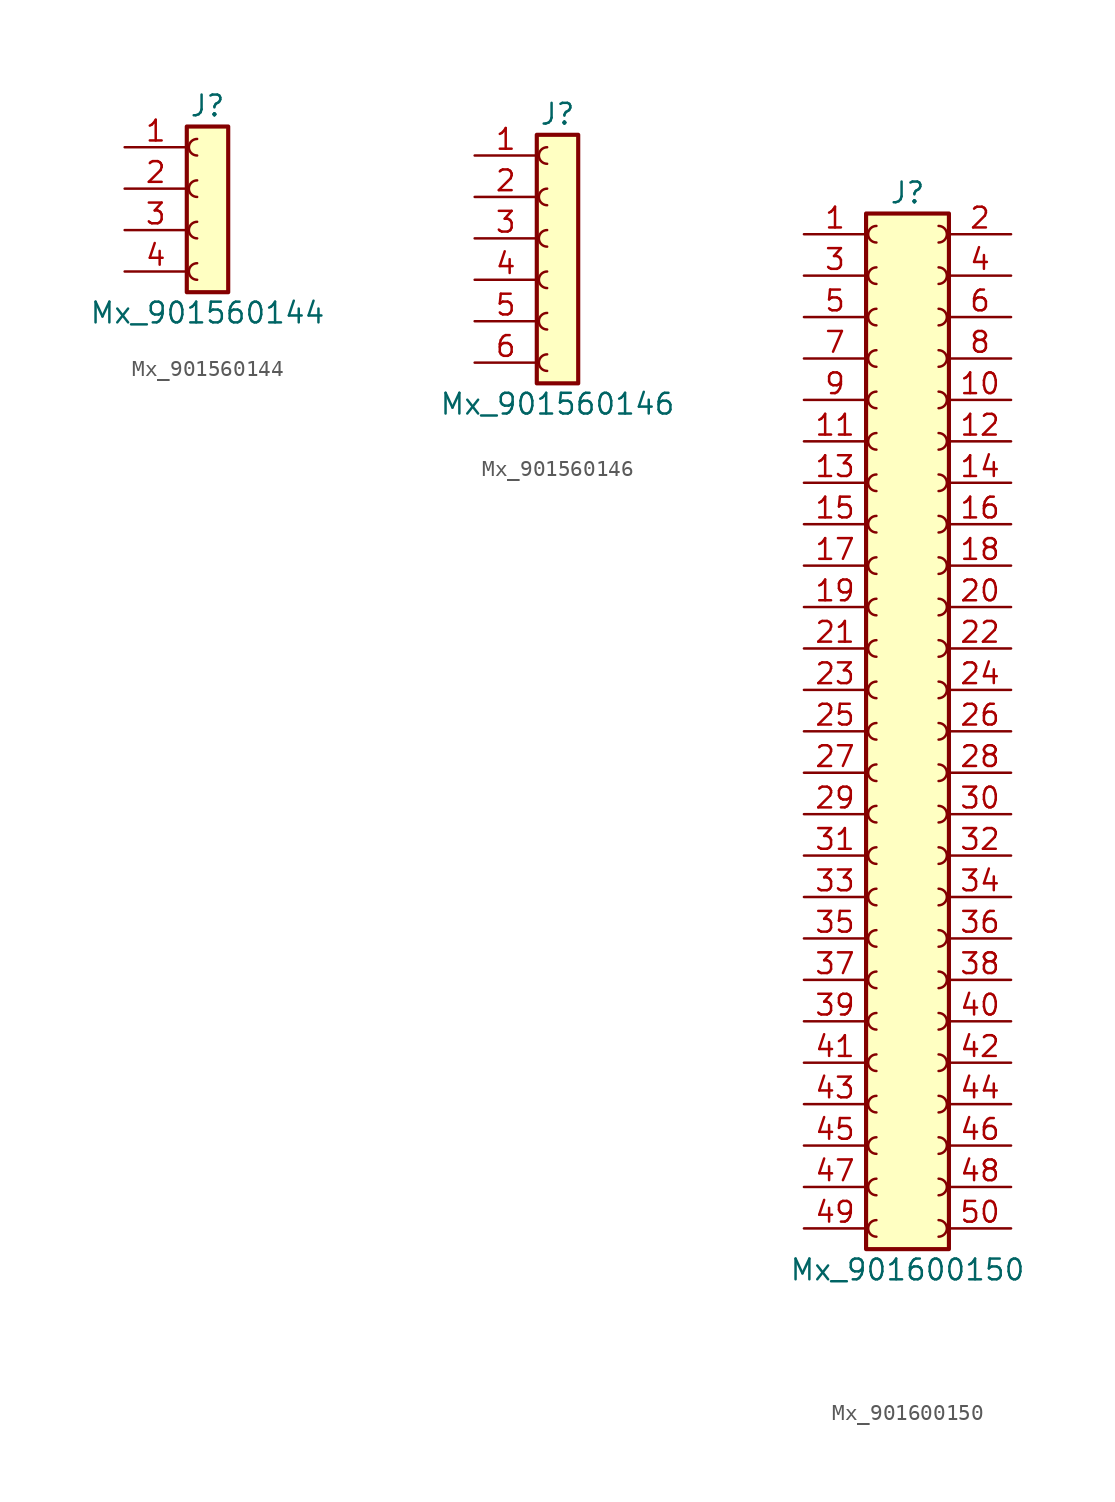
<source format=kicad_sym>
(kicad_symbol_lib
  (version 20220914)
  (generator kicad_symbol_editor)
  (symbol "Mx_901560144"
    (pin_names
      (offset 1.016) hide)
    (property "Reference" "J"
      (at 0 6.35 0)
      (effects (font (size 1.27 1.27))))
    (property "Value" "Mx_901560144"
      (at 0 -6.35 0)
      (effects (font (size 1.27 1.27))))
    (symbol "Mx_901560144_1_1"
      (rectangle (start -1.27 5.08) (end 1.27 -5.08) (stroke (width 0.254) (type default)) (fill (type background)))
      (arc (start -0.635 -3.302) (mid -1.1408 -3.81) (end -0.635 -4.318) (stroke (width 0) (type default)) (fill (type none)))
      (arc (start -0.635 -0.762) (mid -1.1408 -1.27) (end -0.635 -1.778) (stroke (width 0) (type default)) (fill (type none)))
      (arc (start -0.635 1.778) (mid -1.1408 1.27) (end -0.635 0.762) (stroke (width 0) (type default)) (fill (type none)))
      (arc (start -0.635 4.318) (mid -1.1408 3.81) (end -0.635 3.302) (stroke (width 0) (type default)) (fill (type none)))
      (pin passive line (at -5.08 3.81 0) (length 3.81) (name "Pin_1" (effects (font (size 1.27 1.27)))) (number "1" (effects (font (size 1.27 1.27)))))
      (pin passive line (at -5.08 1.27 0) (length 3.81) (name "Pin_2" (effects (font (size 1.27 1.27)))) (number "2" (effects (font (size 1.27 1.27)))))
      (pin passive line (at -5.08 -1.27 0) (length 3.81) (name "Pin_3" (effects (font (size 1.27 1.27)))) (number "3" (effects (font (size 1.27 1.27)))))
      (pin passive line (at -5.08 -3.81 0) (length 3.81) (name "Pin_4" (effects (font (size 1.27 1.27)))) (number "4" (effects (font (size 1.27 1.27)))))))
  (symbol "Mx_901560146"
    (pin_names
      (offset 1.016) hide)
    (property "Reference" "J"
      (at 0 8.89 0)
      (effects (font (size 1.27 1.27))))
    (property "Value" "Mx_901560146"
      (at 0 -8.89 0)
      (effects (font (size 1.27 1.27))))
    (symbol "Mx_901560146_1_1"
      (rectangle (start -1.27 7.62) (end 1.27 -7.62) (stroke (width 0.254) (type default)) (fill (type background)))
      (arc (start -0.635 -5.842) (mid -1.1408 -6.35) (end -0.635 -6.858) (stroke (width 0) (type default)) (fill (type none)))
      (arc (start -0.635 -3.302) (mid -1.1408 -3.81) (end -0.635 -4.318) (stroke (width 0) (type default)) (fill (type none)))
      (arc (start -0.635 -0.762) (mid -1.1408 -1.27) (end -0.635 -1.778) (stroke (width 0) (type default)) (fill (type none)))
      (arc (start -0.635 1.778) (mid -1.1408 1.27) (end -0.635 0.762) (stroke (width 0) (type default)) (fill (type none)))
      (arc (start -0.635 4.318) (mid -1.1408 3.81) (end -0.635 3.302) (stroke (width 0) (type default)) (fill (type none)))
      (arc (start -0.635 6.858) (mid -1.1408 6.35) (end -0.635 5.842) (stroke (width 0) (type default)) (fill (type none)))
      (pin passive line (at -5.08 6.35 0) (length 3.81) (name "Pin_1" (effects (font (size 1.27 1.27)))) (number "1" (effects (font (size 1.27 1.27)))))
      (pin passive line (at -5.08 3.81 0) (length 3.81) (name "Pin_2" (effects (font (size 1.27 1.27)))) (number "2" (effects (font (size 1.27 1.27)))))
      (pin passive line (at -5.08 1.27 0) (length 3.81) (name "Pin_3" (effects (font (size 1.27 1.27)))) (number "3" (effects (font (size 1.27 1.27)))))
      (pin passive line (at -5.08 -1.27 0) (length 3.81) (name "Pin_4" (effects (font (size 1.27 1.27)))) (number "4" (effects (font (size 1.27 1.27)))))
      (pin passive line (at -5.08 -3.81 0) (length 3.81) (name "Pin_5" (effects (font (size 1.27 1.27)))) (number "5" (effects (font (size 1.27 1.27)))))
      (pin passive line (at -5.08 -6.35 0) (length 3.81) (name "Pin_6" (effects (font (size 1.27 1.27)))) (number "6" (effects (font (size 1.27 1.27)))))))
  (symbol "Mx_901600150"
    (pin_names
      (offset 1.016) hide)
    (property "Reference" "J"
      (at 1.27 33.02 0)
      (effects (font (size 1.27 1.27))))
    (property "Value" "Mx_901600150"
      (at 1.27 -33.02 0)
      (effects (font (size 1.27 1.27))))
    (symbol "Mx_901600150_1_1"
      (rectangle (start -1.27 31.75) (end 3.81 -31.75) (stroke (width 0.254) (type default)) (fill (type background)))
      (arc (start -0.635 -29.972) (mid -1.1408 -30.48) (end -0.635 -30.988) (stroke (width 0) (type default)) (fill (type none)))
      (arc (start -0.635 -27.432) (mid -1.1408 -27.94) (end -0.635 -28.448) (stroke (width 0) (type default)) (fill (type none)))
      (arc (start -0.635 -24.892) (mid -1.1408 -25.4) (end -0.635 -25.908) (stroke (width 0) (type default)) (fill (type none)))
      (arc (start -0.635 -22.352) (mid -1.1408 -22.86) (end -0.635 -23.368) (stroke (width 0) (type default)) (fill (type none)))
      (arc (start -0.635 -19.812) (mid -1.1408 -20.32) (end -0.635 -20.828) (stroke (width 0) (type default)) (fill (type none)))
      (arc (start -0.635 -17.272) (mid -1.1408 -17.78) (end -0.635 -18.288) (stroke (width 0) (type default)) (fill (type none)))
      (arc (start -0.635 -14.732) (mid -1.1408 -15.24) (end -0.635 -15.748) (stroke (width 0) (type default)) (fill (type none)))
      (arc (start -0.635 -12.192) (mid -1.1408 -12.7) (end -0.635 -13.208) (stroke (width 0) (type default)) (fill (type none)))
      (arc (start -0.635 -9.652) (mid -1.1408 -10.16) (end -0.635 -10.668) (stroke (width 0) (type default)) (fill (type none)))
      (arc (start -0.635 -7.112) (mid -1.1408 -7.62) (end -0.635 -8.128) (stroke (width 0) (type default)) (fill (type none)))
      (arc (start -0.635 -4.572) (mid -1.1408 -5.08) (end -0.635 -5.588) (stroke (width 0) (type default)) (fill (type none)))
      (arc (start -0.635 -2.032) (mid -1.1408 -2.54) (end -0.635 -3.048) (stroke (width 0) (type default)) (fill (type none)))
      (arc (start -0.635 0.508) (mid -1.1408 0) (end -0.635 -0.508) (stroke (width 0) (type default)) (fill (type none)))
      (arc (start -0.635 3.048) (mid -1.1408 2.54) (end -0.635 2.032) (stroke (width 0) (type default)) (fill (type none)))
      (arc (start -0.635 5.588) (mid -1.1408 5.08) (end -0.635 4.572) (stroke (width 0) (type default)) (fill (type none)))
      (arc (start -0.635 8.128) (mid -1.1408 7.62) (end -0.635 7.112) (stroke (width 0) (type default)) (fill (type none)))
      (arc (start -0.635 10.668) (mid -1.1408 10.16) (end -0.635 9.652) (stroke (width 0) (type default)) (fill (type none)))
      (arc (start -0.635 13.208) (mid -1.1408 12.7) (end -0.635 12.192) (stroke (width 0) (type default)) (fill (type none)))
      (arc (start -0.635 15.748) (mid -1.1408 15.24) (end -0.635 14.732) (stroke (width 0) (type default)) (fill (type none)))
      (arc (start -0.635 18.288) (mid -1.1408 17.78) (end -0.635 17.272) (stroke (width 0) (type default)) (fill (type none)))
      (arc (start -0.635 20.828) (mid -1.1408 20.32) (end -0.635 19.812) (stroke (width 0) (type default)) (fill (type none)))
      (arc (start -0.635 23.368) (mid -1.1408 22.86) (end -0.635 22.352) (stroke (width 0) (type default)) (fill (type none)))
      (arc (start -0.635 25.908) (mid -1.1408 25.4) (end -0.635 24.892) (stroke (width 0) (type default)) (fill (type none)))
      (arc (start -0.635 28.448) (mid -1.1408 27.94) (end -0.635 27.432) (stroke (width 0) (type default)) (fill (type none)))
      (arc (start -0.635 30.988) (mid -1.1408 30.48) (end -0.635 29.972) (stroke (width 0) (type default)) (fill (type none)))
      (arc (start 3.175 -30.988) (mid 3.6808 -30.48) (end 3.175 -29.972) (stroke (width 0) (type default)) (fill (type none)))
      (arc (start 3.175 -28.448) (mid 3.6808 -27.94) (end 3.175 -27.432) (stroke (width 0) (type default)) (fill (type none)))
      (arc (start 3.175 -25.908) (mid 3.6808 -25.4) (end 3.175 -24.892) (stroke (width 0) (type default)) (fill (type none)))
      (arc (start 3.175 -23.368) (mid 3.6808 -22.86) (end 3.175 -22.352) (stroke (width 0) (type default)) (fill (type none)))
      (arc (start 3.175 -20.828) (mid 3.6808 -20.32) (end 3.175 -19.812) (stroke (width 0) (type default)) (fill (type none)))
      (arc (start 3.175 -18.288) (mid 3.6808 -17.78) (end 3.175 -17.272) (stroke (width 0) (type default)) (fill (type none)))
      (arc (start 3.175 -15.748) (mid 3.6808 -15.24) (end 3.175 -14.732) (stroke (width 0) (type default)) (fill (type none)))
      (arc (start 3.175 -13.208) (mid 3.6808 -12.7) (end 3.175 -12.192) (stroke (width 0) (type default)) (fill (type none)))
      (arc (start 3.175 -10.668) (mid 3.6808 -10.16) (end 3.175 -9.652) (stroke (width 0) (type default)) (fill (type none)))
      (arc (start 3.175 -8.128) (mid 3.6808 -7.62) (end 3.175 -7.112) (stroke (width 0) (type default)) (fill (type none)))
      (arc (start 3.175 -5.588) (mid 3.6808 -5.08) (end 3.175 -4.572) (stroke (width 0) (type default)) (fill (type none)))
      (arc (start 3.175 -3.048) (mid 3.6808 -2.54) (end 3.175 -2.032) (stroke (width 0) (type default)) (fill (type none)))
      (arc (start 3.175 -0.508) (mid 3.6808 0) (end 3.175 0.508) (stroke (width 0) (type default)) (fill (type none)))
      (arc (start 3.175 2.032) (mid 3.6808 2.54) (end 3.175 3.048) (stroke (width 0) (type default)) (fill (type none)))
      (arc (start 3.175 4.572) (mid 3.6808 5.08) (end 3.175 5.588) (stroke (width 0) (type default)) (fill (type none)))
      (arc (start 3.175 7.112) (mid 3.6808 7.62) (end 3.175 8.128) (stroke (width 0) (type default)) (fill (type none)))
      (arc (start 3.175 9.652) (mid 3.6808 10.16) (end 3.175 10.668) (stroke (width 0) (type default)) (fill (type none)))
      (arc (start 3.175 12.192) (mid 3.6808 12.7) (end 3.175 13.208) (stroke (width 0) (type default)) (fill (type none)))
      (arc (start 3.175 14.732) (mid 3.6808 15.24) (end 3.175 15.748) (stroke (width 0) (type default)) (fill (type none)))
      (arc (start 3.175 17.272) (mid 3.6808 17.78) (end 3.175 18.288) (stroke (width 0) (type default)) (fill (type none)))
      (arc (start 3.175 19.812) (mid 3.6808 20.32) (end 3.175 20.828) (stroke (width 0) (type default)) (fill (type none)))
      (arc (start 3.175 22.352) (mid 3.6808 22.86) (end 3.175 23.368) (stroke (width 0) (type default)) (fill (type none)))
      (arc (start 3.175 24.892) (mid 3.6808 25.4) (end 3.175 25.908) (stroke (width 0) (type default)) (fill (type none)))
      (arc (start 3.175 27.432) (mid 3.6808 27.94) (end 3.175 28.448) (stroke (width 0) (type default)) (fill (type none)))
      (arc (start 3.175 29.972) (mid 3.6808 30.48) (end 3.175 30.988) (stroke (width 0) (type default)) (fill (type none)))
      (pin passive line (at -5.08 30.48 0) (length 3.81) (name "Pin_1" (effects (font (size 1.27 1.27)))) (number "1" (effects (font (size 1.27 1.27)))))
      (pin passive line (at 7.62 20.32 180) (length 3.81) (name "Pin_10" (effects (font (size 1.27 1.27)))) (number "10" (effects (font (size 1.27 1.27)))))
      (pin passive line (at -5.08 17.78 0) (length 3.81) (name "Pin_11" (effects (font (size 1.27 1.27)))) (number "11" (effects (font (size 1.27 1.27)))))
      (pin passive line (at 7.62 17.78 180) (length 3.81) (name "Pin_12" (effects (font (size 1.27 1.27)))) (number "12" (effects (font (size 1.27 1.27)))))
      (pin passive line (at -5.08 15.24 0) (length 3.81) (name "Pin_13" (effects (font (size 1.27 1.27)))) (number "13" (effects (font (size 1.27 1.27)))))
      (pin passive line (at 7.62 15.24 180) (length 3.81) (name "Pin_14" (effects (font (size 1.27 1.27)))) (number "14" (effects (font (size 1.27 1.27)))))
      (pin passive line (at -5.08 12.7 0) (length 3.81) (name "Pin_15" (effects (font (size 1.27 1.27)))) (number "15" (effects (font (size 1.27 1.27)))))
      (pin passive line (at 7.62 12.7 180) (length 3.81) (name "Pin_16" (effects (font (size 1.27 1.27)))) (number "16" (effects (font (size 1.27 1.27)))))
      (pin passive line (at -5.08 10.16 0) (length 3.81) (name "Pin_17" (effects (font (size 1.27 1.27)))) (number "17" (effects (font (size 1.27 1.27)))))
      (pin passive line (at 7.62 10.16 180) (length 3.81) (name "Pin_18" (effects (font (size 1.27 1.27)))) (number "18" (effects (font (size 1.27 1.27)))))
      (pin passive line (at -5.08 7.62 0) (length 3.81) (name "Pin_19" (effects (font (size 1.27 1.27)))) (number "19" (effects (font (size 1.27 1.27)))))
      (pin passive line (at 7.62 30.48 180) (length 3.81) (name "Pin_2" (effects (font (size 1.27 1.27)))) (number "2" (effects (font (size 1.27 1.27)))))
      (pin passive line (at 7.62 7.62 180) (length 3.81) (name "Pin_20" (effects (font (size 1.27 1.27)))) (number "20" (effects (font (size 1.27 1.27)))))
      (pin passive line (at -5.08 5.08 0) (length 3.81) (name "Pin_21" (effects (font (size 1.27 1.27)))) (number "21" (effects (font (size 1.27 1.27)))))
      (pin passive line (at 7.62 5.08 180) (length 3.81) (name "Pin_22" (effects (font (size 1.27 1.27)))) (number "22" (effects (font (size 1.27 1.27)))))
      (pin passive line (at -5.08 2.54 0) (length 3.81) (name "Pin_23" (effects (font (size 1.27 1.27)))) (number "23" (effects (font (size 1.27 1.27)))))
      (pin passive line (at 7.62 2.54 180) (length 3.81) (name "Pin_24" (effects (font (size 1.27 1.27)))) (number "24" (effects (font (size 1.27 1.27)))))
      (pin passive line (at -5.08 0 0) (length 3.81) (name "Pin_25" (effects (font (size 1.27 1.27)))) (number "25" (effects (font (size 1.27 1.27)))))
      (pin passive line (at 7.62 0 180) (length 3.81) (name "Pin_26" (effects (font (size 1.27 1.27)))) (number "26" (effects (font (size 1.27 1.27)))))
      (pin passive line (at -5.08 -2.54 0) (length 3.81) (name "Pin_27" (effects (font (size 1.27 1.27)))) (number "27" (effects (font (size 1.27 1.27)))))
      (pin passive line (at 7.62 -2.54 180) (length 3.81) (name "Pin_28" (effects (font (size 1.27 1.27)))) (number "28" (effects (font (size 1.27 1.27)))))
      (pin passive line (at -5.08 -5.08 0) (length 3.81) (name "Pin_29" (effects (font (size 1.27 1.27)))) (number "29" (effects (font (size 1.27 1.27)))))
      (pin passive line (at -5.08 27.94 0) (length 3.81) (name "Pin_3" (effects (font (size 1.27 1.27)))) (number "3" (effects (font (size 1.27 1.27)))))
      (pin passive line (at 7.62 -5.08 180) (length 3.81) (name "Pin_30" (effects (font (size 1.27 1.27)))) (number "30" (effects (font (size 1.27 1.27)))))
      (pin passive line (at -5.08 -7.62 0) (length 3.81) (name "Pin_31" (effects (font (size 1.27 1.27)))) (number "31" (effects (font (size 1.27 1.27)))))
      (pin passive line (at 7.62 -7.62 180) (length 3.81) (name "Pin_32" (effects (font (size 1.27 1.27)))) (number "32" (effects (font (size 1.27 1.27)))))
      (pin passive line (at -5.08 -10.16 0) (length 3.81) (name "Pin_33" (effects (font (size 1.27 1.27)))) (number "33" (effects (font (size 1.27 1.27)))))
      (pin passive line (at 7.62 -10.16 180) (length 3.81) (name "Pin_34" (effects (font (size 1.27 1.27)))) (number "34" (effects (font (size 1.27 1.27)))))
      (pin passive line (at -5.08 -12.7 0) (length 3.81) (name "Pin_35" (effects (font (size 1.27 1.27)))) (number "35" (effects (font (size 1.27 1.27)))))
      (pin passive line (at 7.62 -12.7 180) (length 3.81) (name "Pin_36" (effects (font (size 1.27 1.27)))) (number "36" (effects (font (size 1.27 1.27)))))
      (pin passive line (at -5.08 -15.24 0) (length 3.81) (name "Pin_37" (effects (font (size 1.27 1.27)))) (number "37" (effects (font (size 1.27 1.27)))))
      (pin passive line (at 7.62 -15.24 180) (length 3.81) (name "Pin_38" (effects (font (size 1.27 1.27)))) (number "38" (effects (font (size 1.27 1.27)))))
      (pin passive line (at -5.08 -17.78 0) (length 3.81) (name "Pin_39" (effects (font (size 1.27 1.27)))) (number "39" (effects (font (size 1.27 1.27)))))
      (pin passive line (at 7.62 27.94 180) (length 3.81) (name "Pin_4" (effects (font (size 1.27 1.27)))) (number "4" (effects (font (size 1.27 1.27)))))
      (pin passive line (at 7.62 -17.78 180) (length 3.81) (name "Pin_40" (effects (font (size 1.27 1.27)))) (number "40" (effects (font (size 1.27 1.27)))))
      (pin passive line (at -5.08 -20.32 0) (length 3.81) (name "Pin_41" (effects (font (size 1.27 1.27)))) (number "41" (effects (font (size 1.27 1.27)))))
      (pin passive line (at 7.62 -20.32 180) (length 3.81) (name "Pin_42" (effects (font (size 1.27 1.27)))) (number "42" (effects (font (size 1.27 1.27)))))
      (pin passive line (at -5.08 -22.86 0) (length 3.81) (name "Pin_43" (effects (font (size 1.27 1.27)))) (number "43" (effects (font (size 1.27 1.27)))))
      (pin passive line (at 7.62 -22.86 180) (length 3.81) (name "Pin_44" (effects (font (size 1.27 1.27)))) (number "44" (effects (font (size 1.27 1.27)))))
      (pin passive line (at -5.08 -25.4 0) (length 3.81) (name "Pin_45" (effects (font (size 1.27 1.27)))) (number "45" (effects (font (size 1.27 1.27)))))
      (pin passive line (at 7.62 -25.4 180) (length 3.81) (name "Pin_46" (effects (font (size 1.27 1.27)))) (number "46" (effects (font (size 1.27 1.27)))))
      (pin passive line (at -5.08 -27.94 0) (length 3.81) (name "Pin_47" (effects (font (size 1.27 1.27)))) (number "47" (effects (font (size 1.27 1.27)))))
      (pin passive line (at 7.62 -27.94 180) (length 3.81) (name "Pin_48" (effects (font (size 1.27 1.27)))) (number "48" (effects (font (size 1.27 1.27)))))
      (pin passive line (at -5.08 -30.48 0) (length 3.81) (name "Pin_49" (effects (font (size 1.27 1.27)))) (number "49" (effects (font (size 1.27 1.27)))))
      (pin passive line (at -5.08 25.4 0) (length 3.81) (name "Pin_5" (effects (font (size 1.27 1.27)))) (number "5" (effects (font (size 1.27 1.27)))))
      (pin passive line (at 7.62 -30.48 180) (length 3.81) (name "Pin_50" (effects (font (size 1.27 1.27)))) (number "50" (effects (font (size 1.27 1.27)))))
      (pin passive line (at 7.62 25.4 180) (length 3.81) (name "Pin_6" (effects (font (size 1.27 1.27)))) (number "6" (effects (font (size 1.27 1.27)))))
      (pin passive line (at -5.08 22.86 0) (length 3.81) (name "Pin_7" (effects (font (size 1.27 1.27)))) (number "7" (effects (font (size 1.27 1.27)))))
      (pin passive line (at 7.62 22.86 180) (length 3.81) (name "Pin_8" (effects (font (size 1.27 1.27)))) (number "8" (effects (font (size 1.27 1.27)))))
      (pin passive line (at -5.08 20.32 0) (length 3.81) (name "Pin_9" (effects (font (size 1.27 1.27)))) (number "9" (effects (font (size 1.27 1.27))))))))
</source>
